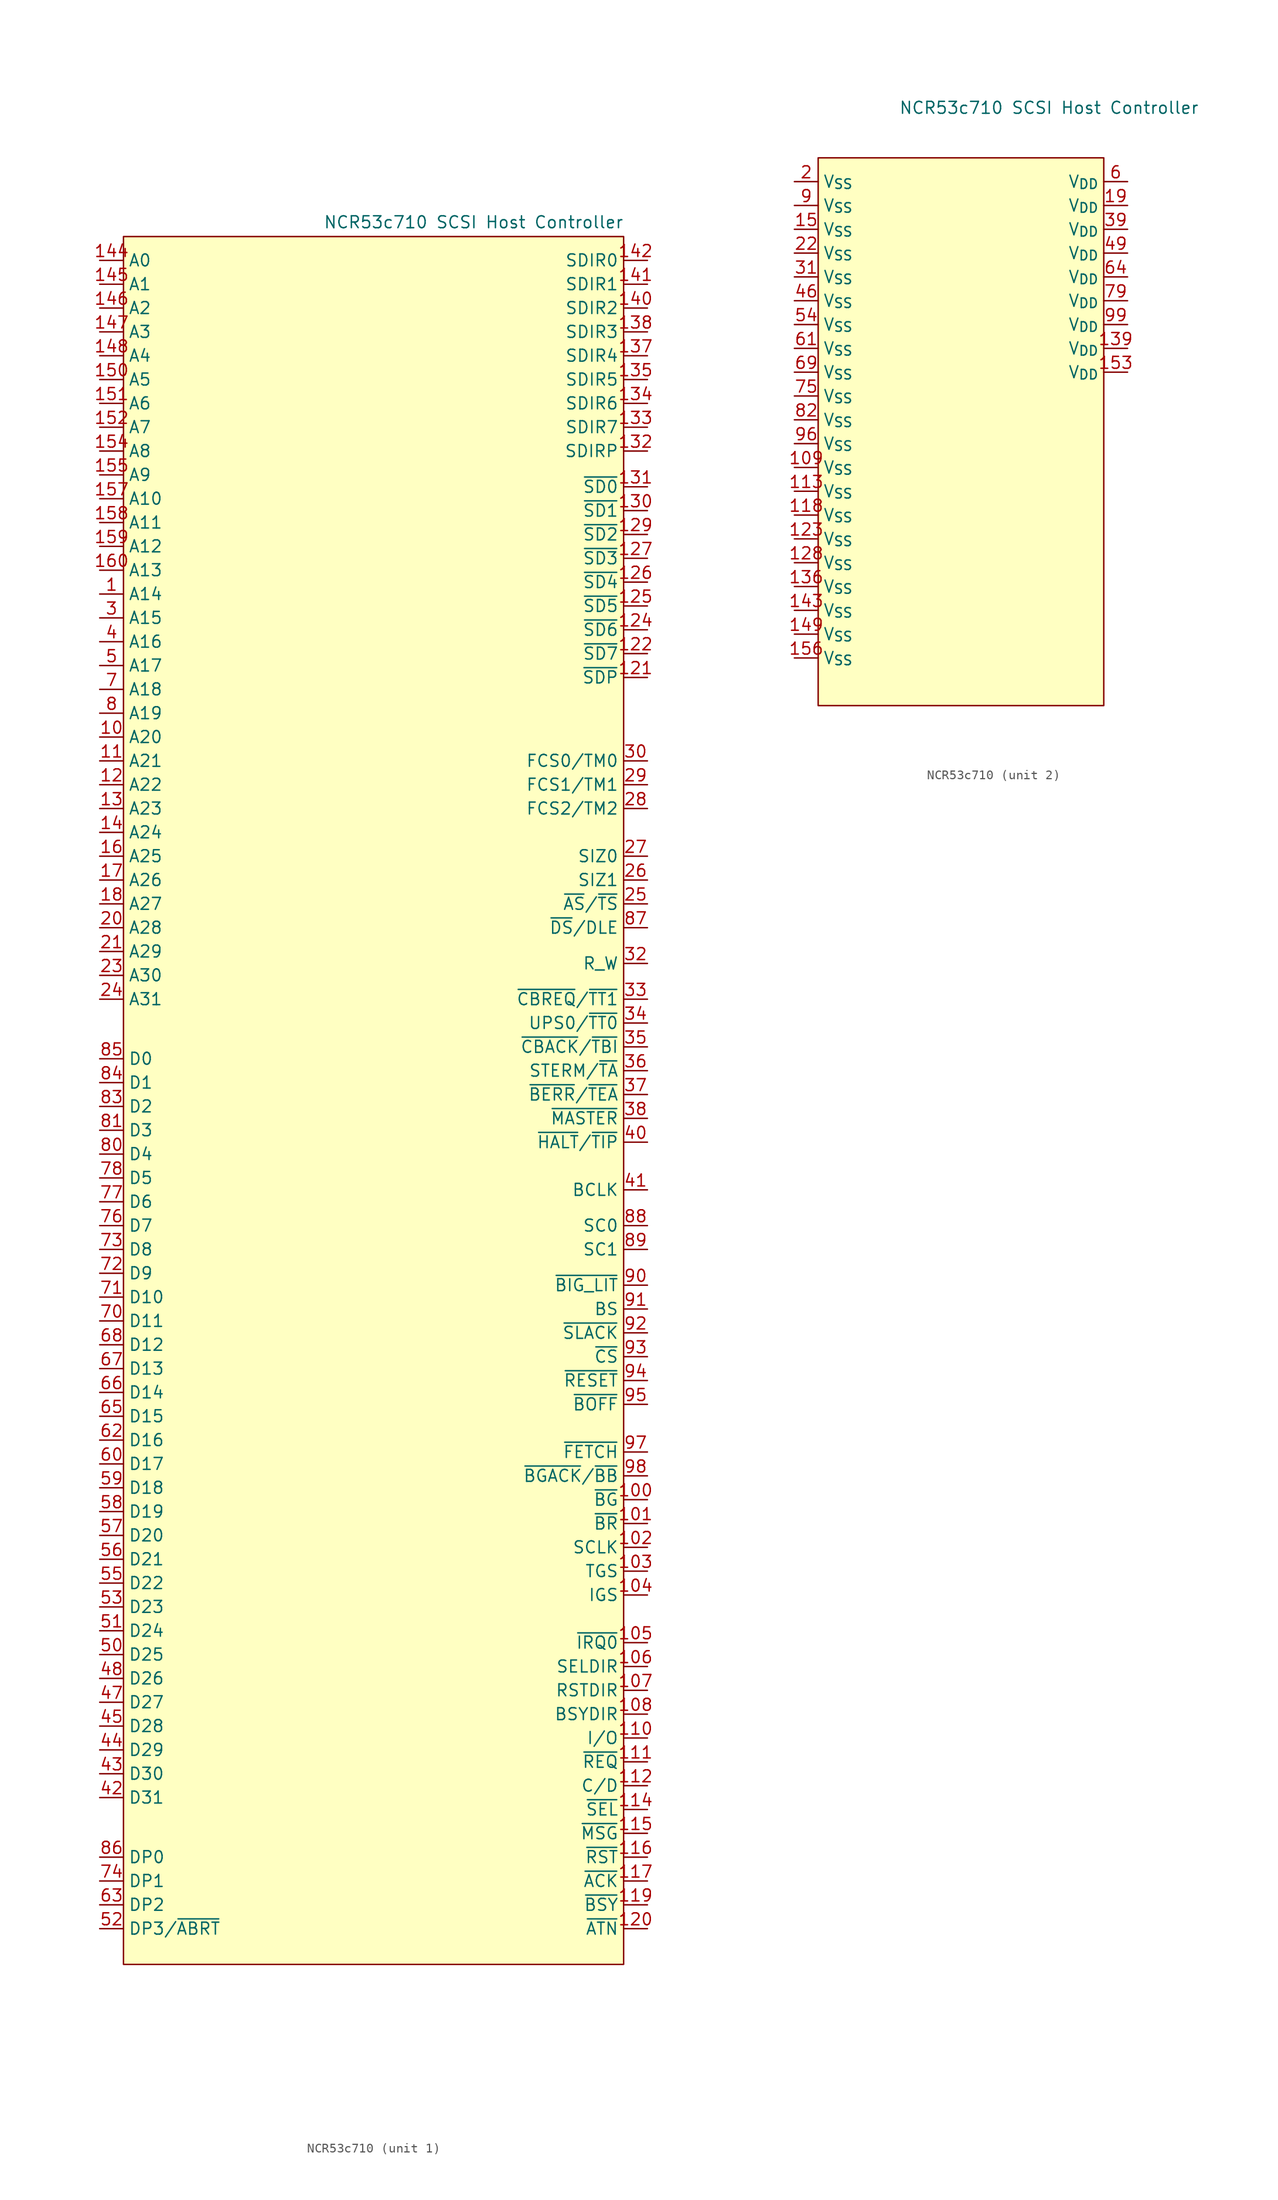
<source format=kicad_sym>
(kicad_symbol_lib
  (version 20241209)
  (generator "kicad_symbol_editor")
  (generator_version "9.0")
  (symbol "NCR53c710"
    (property "Reference" "U"
      (at -26.162 43.434 0)
      (effects (font (size 1.27 1.27)) (hide yes)))
    (property "Value" "NCR53c710 SCSI Host Controller"
      (at 9.398 43.434 0)
      (effects (font (size 1.27 1.27))))
    (property "ki_locked" ""
      (at 0 0 0)
      (effects (font (size 1.27 1.27))))
    (symbol "NCR53c710_1_1"
      (rectangle (start -27.94 41.91) (end 25.4 -142.24) (stroke (width 0) (type solid)) (fill (type color) (color 255 255 194 1)))
      (pin input line (at -30.48 39.37 0) (length 2.54) (name "A0" (effects (font (size 1.27 1.27)))) (number "144" (effects (font (size 1.27 1.27)))))
      (pin input line (at -30.48 36.83 0) (length 2.54) (name "A1" (effects (font (size 1.27 1.27)))) (number "145" (effects (font (size 1.27 1.27)))))
      (pin input line (at -30.48 34.29 0) (length 2.54) (name "A2" (effects (font (size 1.27 1.27)))) (number "146" (effects (font (size 1.27 1.27)))))
      (pin input line (at -30.48 31.75 0) (length 2.54) (name "A3" (effects (font (size 1.27 1.27)))) (number "147" (effects (font (size 1.27 1.27)))))
      (pin input line (at -30.48 29.21 0) (length 2.54) (name "A4" (effects (font (size 1.27 1.27)))) (number "148" (effects (font (size 1.27 1.27)))))
      (pin input line (at -30.48 26.67 0) (length 2.54) (name "A5" (effects (font (size 1.27 1.27)))) (number "150" (effects (font (size 1.27 1.27)))))
      (pin input line (at -30.48 24.13 0) (length 2.54) (name "A6" (effects (font (size 1.27 1.27)))) (number "151" (effects (font (size 1.27 1.27)))))
      (pin input line (at -30.48 21.59 0) (length 2.54) (name "A7" (effects (font (size 1.27 1.27)))) (number "152" (effects (font (size 1.27 1.27)))))
      (pin input line (at -30.48 19.05 0) (length 2.54) (name "A8" (effects (font (size 1.27 1.27)))) (number "154" (effects (font (size 1.27 1.27)))))
      (pin input line (at -30.48 16.51 0) (length 2.54) (name "A9" (effects (font (size 1.27 1.27)))) (number "155" (effects (font (size 1.27 1.27)))))
      (pin input line (at -30.48 13.97 0) (length 2.54) (name "A10" (effects (font (size 1.27 1.27)))) (number "157" (effects (font (size 1.27 1.27)))))
      (pin input line (at -30.48 11.43 0) (length 2.54) (name "A11" (effects (font (size 1.27 1.27)))) (number "158" (effects (font (size 1.27 1.27)))))
      (pin input line (at -30.48 8.89 0) (length 2.54) (name "A12" (effects (font (size 1.27 1.27)))) (number "159" (effects (font (size 1.27 1.27)))))
      (pin input line (at -30.48 6.35 0) (length 2.54) (name "A13" (effects (font (size 1.27 1.27)))) (number "160" (effects (font (size 1.27 1.27)))))
      (pin input line (at -30.48 3.81 0) (length 2.54) (name "A14" (effects (font (size 1.27 1.27)))) (number "1" (effects (font (size 1.27 1.27)))))
      (pin input line (at -30.48 1.27 0) (length 2.54) (name "A15" (effects (font (size 1.27 1.27)))) (number "3" (effects (font (size 1.27 1.27)))))
      (pin input line (at -30.48 -1.27 0) (length 2.54) (name "A16" (effects (font (size 1.27 1.27)))) (number "4" (effects (font (size 1.27 1.27)))))
      (pin input line (at -30.48 -3.81 0) (length 2.54) (name "A17" (effects (font (size 1.27 1.27)))) (number "5" (effects (font (size 1.27 1.27)))))
      (pin input line (at -30.48 -6.35 0) (length 2.54) (name "A18" (effects (font (size 1.27 1.27)))) (number "7" (effects (font (size 1.27 1.27)))))
      (pin input line (at -30.48 -8.89 0) (length 2.54) (name "A19" (effects (font (size 1.27 1.27)))) (number "8" (effects (font (size 1.27 1.27)))))
      (pin input line (at -30.48 -11.43 0) (length 2.54) (name "A20" (effects (font (size 1.27 1.27)))) (number "10" (effects (font (size 1.27 1.27)))))
      (pin input line (at -30.48 -13.97 0) (length 2.54) (name "A21" (effects (font (size 1.27 1.27)))) (number "11" (effects (font (size 1.27 1.27)))))
      (pin input line (at -30.48 -16.51 0) (length 2.54) (name "A22" (effects (font (size 1.27 1.27)))) (number "12" (effects (font (size 1.27 1.27)))))
      (pin input line (at -30.48 -19.05 0) (length 2.54) (name "A23" (effects (font (size 1.27 1.27)))) (number "13" (effects (font (size 1.27 1.27)))))
      (pin input line (at -30.48 -21.59 0) (length 2.54) (name "A24" (effects (font (size 1.27 1.27)))) (number "14" (effects (font (size 1.27 1.27)))))
      (pin input line (at -30.48 -24.13 0) (length 2.54) (name "A25" (effects (font (size 1.27 1.27)))) (number "16" (effects (font (size 1.27 1.27)))))
      (pin input line (at -30.48 -26.67 0) (length 2.54) (name "A26" (effects (font (size 1.27 1.27)))) (number "17" (effects (font (size 1.27 1.27)))))
      (pin input line (at -30.48 -29.21 0) (length 2.54) (name "A27" (effects (font (size 1.27 1.27)))) (number "18" (effects (font (size 1.27 1.27)))))
      (pin input line (at -30.48 -31.75 0) (length 2.54) (name "A28" (effects (font (size 1.27 1.27)))) (number "20" (effects (font (size 1.27 1.27)))))
      (pin input line (at -30.48 -34.29 0) (length 2.54) (name "A29" (effects (font (size 1.27 1.27)))) (number "21" (effects (font (size 1.27 1.27)))))
      (pin input line (at -30.48 -36.83 0) (length 2.54) (name "A30" (effects (font (size 1.27 1.27)))) (number "23" (effects (font (size 1.27 1.27)))))
      (pin input line (at -30.48 -39.37 0) (length 2.54) (name "A31" (effects (font (size 1.27 1.27)))) (number "24" (effects (font (size 1.27 1.27)))))
      (pin bidirectional line (at -30.48 -45.72 0) (length 2.54) (name "D0" (effects (font (size 1.27 1.27)))) (number "85" (effects (font (size 1.27 1.27)))))
      (pin input line (at -30.48 -48.26 0) (length 2.54) (name "D1" (effects (font (size 1.27 1.27)))) (number "84" (effects (font (size 1.27 1.27)))))
      (pin input line (at -30.48 -50.8 0) (length 2.54) (name "D2" (effects (font (size 1.27 1.27)))) (number "83" (effects (font (size 1.27 1.27)))))
      (pin input line (at -30.48 -53.34 0) (length 2.54) (name "D3" (effects (font (size 1.27 1.27)))) (number "81" (effects (font (size 1.27 1.27)))))
      (pin input line (at -30.48 -55.88 0) (length 2.54) (name "D4" (effects (font (size 1.27 1.27)))) (number "80" (effects (font (size 1.27 1.27)))))
      (pin input line (at -30.48 -58.42 0) (length 2.54) (name "D5" (effects (font (size 1.27 1.27)))) (number "78" (effects (font (size 1.27 1.27)))))
      (pin input line (at -30.48 -60.96 0) (length 2.54) (name "D6" (effects (font (size 1.27 1.27)))) (number "77" (effects (font (size 1.27 1.27)))))
      (pin input line (at -30.48 -63.5 0) (length 2.54) (name "D7" (effects (font (size 1.27 1.27)))) (number "76" (effects (font (size 1.27 1.27)))))
      (pin input line (at -30.48 -66.04 0) (length 2.54) (name "D8" (effects (font (size 1.27 1.27)))) (number "73" (effects (font (size 1.27 1.27)))))
      (pin input line (at -30.48 -68.58 0) (length 2.54) (name "D9" (effects (font (size 1.27 1.27)))) (number "72" (effects (font (size 1.27 1.27)))))
      (pin input line (at -30.48 -71.12 0) (length 2.54) (name "D10" (effects (font (size 1.27 1.27)))) (number "71" (effects (font (size 1.27 1.27)))))
      (pin input line (at -30.48 -73.66 0) (length 2.54) (name "D11" (effects (font (size 1.27 1.27)))) (number "70" (effects (font (size 1.27 1.27)))))
      (pin input line (at -30.48 -76.2 0) (length 2.54) (name "D12" (effects (font (size 1.27 1.27)))) (number "68" (effects (font (size 1.27 1.27)))))
      (pin input line (at -30.48 -78.74 0) (length 2.54) (name "D13" (effects (font (size 1.27 1.27)))) (number "67" (effects (font (size 1.27 1.27)))))
      (pin input line (at -30.48 -81.28 0) (length 2.54) (name "D14" (effects (font (size 1.27 1.27)))) (number "66" (effects (font (size 1.27 1.27)))))
      (pin input line (at -30.48 -83.82 0) (length 2.54) (name "D15" (effects (font (size 1.27 1.27)))) (number "65" (effects (font (size 1.27 1.27)))))
      (pin input line (at -30.48 -86.36 0) (length 2.54) (name "D16" (effects (font (size 1.27 1.27)))) (number "62" (effects (font (size 1.27 1.27)))))
      (pin input line (at -30.48 -88.9 0) (length 2.54) (name "D17" (effects (font (size 1.27 1.27)))) (number "60" (effects (font (size 1.27 1.27)))))
      (pin input line (at -30.48 -91.44 0) (length 2.54) (name "D18" (effects (font (size 1.27 1.27)))) (number "59" (effects (font (size 1.27 1.27)))))
      (pin input line (at -30.48 -93.98 0) (length 2.54) (name "D19" (effects (font (size 1.27 1.27)))) (number "58" (effects (font (size 1.27 1.27)))))
      (pin input line (at -30.48 -96.52 0) (length 2.54) (name "D20" (effects (font (size 1.27 1.27)))) (number "57" (effects (font (size 1.27 1.27)))))
      (pin input line (at -30.48 -99.06 0) (length 2.54) (name "D21" (effects (font (size 1.27 1.27)))) (number "56" (effects (font (size 1.27 1.27)))))
      (pin input line (at -30.48 -101.6 0) (length 2.54) (name "D22" (effects (font (size 1.27 1.27)))) (number "55" (effects (font (size 1.27 1.27)))))
      (pin input line (at -30.48 -104.14 0) (length 2.54) (name "D23" (effects (font (size 1.27 1.27)))) (number "53" (effects (font (size 1.27 1.27)))))
      (pin input line (at -30.48 -106.68 0) (length 2.54) (name "D24" (effects (font (size 1.27 1.27)))) (number "51" (effects (font (size 1.27 1.27)))))
      (pin input line (at -30.48 -109.22 0) (length 2.54) (name "D25" (effects (font (size 1.27 1.27)))) (number "50" (effects (font (size 1.27 1.27)))))
      (pin input line (at -30.48 -111.76 0) (length 2.54) (name "D26" (effects (font (size 1.27 1.27)))) (number "48" (effects (font (size 1.27 1.27)))))
      (pin input line (at -30.48 -114.3 0) (length 2.54) (name "D27" (effects (font (size 1.27 1.27)))) (number "47" (effects (font (size 1.27 1.27)))))
      (pin input line (at -30.48 -116.84 0) (length 2.54) (name "D28" (effects (font (size 1.27 1.27)))) (number "45" (effects (font (size 1.27 1.27)))))
      (pin input line (at -30.48 -119.38 0) (length 2.54) (name "D29" (effects (font (size 1.27 1.27)))) (number "44" (effects (font (size 1.27 1.27)))))
      (pin input line (at -30.48 -121.92 0) (length 2.54) (name "D30" (effects (font (size 1.27 1.27)))) (number "43" (effects (font (size 1.27 1.27)))))
      (pin input line (at -30.48 -124.46 0) (length 2.54) (name "D31" (effects (font (size 1.27 1.27)))) (number "42" (effects (font (size 1.27 1.27)))))
      (pin input line (at -30.48 -130.81 0) (length 2.54) (name "DP0" (effects (font (size 1.27 1.27)))) (number "86" (effects (font (size 1.27 1.27)))))
      (pin input line (at -30.48 -133.35 0) (length 2.54) (name "DP1" (effects (font (size 1.27 1.27)))) (number "74" (effects (font (size 1.27 1.27)))))
      (pin input line (at -30.48 -135.89 0) (length 2.54) (name "DP2" (effects (font (size 1.27 1.27)))) (number "63" (effects (font (size 1.27 1.27)))))
      (pin input line (at -30.48 -138.43 0) (length 2.54) (name "DP3/~{ABRT}" (effects (font (size 1.27 1.27)))) (number "52" (effects (font (size 1.27 1.27)))))
      (pin input line (at 27.94 39.37 180) (length 2.54) (name "SDIR0" (effects (font (size 1.27 1.27)))) (number "142" (effects (font (size 1.27 1.27)))))
      (pin input line (at 27.94 36.83 180) (length 2.54) (name "SDIR1" (effects (font (size 1.27 1.27)))) (number "141" (effects (font (size 1.27 1.27)))))
      (pin input line (at 27.94 34.29 180) (length 2.54) (name "SDIR2" (effects (font (size 1.27 1.27)))) (number "140" (effects (font (size 1.27 1.27)))))
      (pin input line (at 27.94 31.75 180) (length 2.54) (name "SDIR3" (effects (font (size 1.27 1.27)))) (number "138" (effects (font (size 1.27 1.27)))))
      (pin input line (at 27.94 29.21 180) (length 2.54) (name "SDIR4" (effects (font (size 1.27 1.27)))) (number "137" (effects (font (size 1.27 1.27)))))
      (pin input line (at 27.94 26.67 180) (length 2.54) (name "SDIR5" (effects (font (size 1.27 1.27)))) (number "135" (effects (font (size 1.27 1.27)))))
      (pin input line (at 27.94 24.13 180) (length 2.54) (name "SDIR6" (effects (font (size 1.27 1.27)))) (number "134" (effects (font (size 1.27 1.27)))))
      (pin input line (at 27.94 21.59 180) (length 2.54) (name "SDIR7" (effects (font (size 1.27 1.27)))) (number "133" (effects (font (size 1.27 1.27)))))
      (pin input line (at 27.94 19.05 180) (length 2.54) (name "SDIRP" (effects (font (size 1.27 1.27)))) (number "132" (effects (font (size 1.27 1.27)))))
      (pin input line (at 27.94 15.24 180) (length 2.54) (name "~{SD0}" (effects (font (size 1.27 1.27)))) (number "131" (effects (font (size 1.27 1.27)))))
      (pin input line (at 27.94 12.7 180) (length 2.54) (name "~{SD1}" (effects (font (size 1.27 1.27)))) (number "130" (effects (font (size 1.27 1.27)))))
      (pin input line (at 27.94 10.16 180) (length 2.54) (name "~{SD2}" (effects (font (size 1.27 1.27)))) (number "129" (effects (font (size 1.27 1.27)))))
      (pin input line (at 27.94 7.62 180) (length 2.54) (name "~{SD3}" (effects (font (size 1.27 1.27)))) (number "127" (effects (font (size 1.27 1.27)))))
      (pin input line (at 27.94 5.08 180) (length 2.54) (name "~{SD4}" (effects (font (size 1.27 1.27)))) (number "126" (effects (font (size 1.27 1.27)))))
      (pin input line (at 27.94 2.54 180) (length 2.54) (name "~{SD5}" (effects (font (size 1.27 1.27)))) (number "125" (effects (font (size 1.27 1.27)))))
      (pin input line (at 27.94 0 180) (length 2.54) (name "~{SD6}" (effects (font (size 1.27 1.27)))) (number "124" (effects (font (size 1.27 1.27)))))
      (pin input line (at 27.94 -2.54 180) (length 2.54) (name "~{SD7}" (effects (font (size 1.27 1.27)))) (number "122" (effects (font (size 1.27 1.27)))))
      (pin input line (at 27.94 -5.08 180) (length 2.54) (name "~{SDP}" (effects (font (size 1.27 1.27)))) (number "121" (effects (font (size 1.27 1.27)))))
      (pin input line (at 27.94 -13.97 180) (length 2.54) (name "FCS0/TM0" (effects (font (size 1.27 1.27)))) (number "30" (effects (font (size 1.27 1.27)))))
      (pin input line (at 27.94 -16.51 180) (length 2.54) (name "FCS1/TM1" (effects (font (size 1.27 1.27)))) (number "29" (effects (font (size 1.27 1.27)))))
      (pin input line (at 27.94 -19.05 180) (length 2.54) (name "FCS2/TM2" (effects (font (size 1.27 1.27)))) (number "28" (effects (font (size 1.27 1.27)))))
      (pin input line (at 27.94 -24.13 180) (length 2.54) (name "SIZ0" (effects (font (size 1.27 1.27)))) (number "27" (effects (font (size 1.27 1.27)))))
      (pin input line (at 27.94 -26.67 180) (length 2.54) (name "SIZ1" (effects (font (size 1.27 1.27)))) (number "26" (effects (font (size 1.27 1.27)))))
      (pin input line (at 27.94 -29.21 180) (length 2.54) (name "~{AS}/~{TS}" (effects (font (size 1.27 1.27)))) (number "25" (effects (font (size 1.27 1.27)))))
      (pin bidirectional line (at 27.94 -31.75 180) (length 2.54) (name "~{DS}/DLE" (effects (font (size 1.27 1.27)))) (number "87" (effects (font (size 1.27 1.27)))))
      (pin input line (at 27.94 -35.56 180) (length 2.54) (name "R_W" (effects (font (size 1.27 1.27)))) (number "32" (effects (font (size 1.27 1.27)))))
      (pin input line (at 27.94 -39.37 180) (length 2.54) (name "~{CBREQ}/~{TT1}" (effects (font (size 1.27 1.27)))) (number "33" (effects (font (size 1.27 1.27)))))
      (pin input line (at 27.94 -41.91 180) (length 2.54) (name "UPS0/~{TT0}" (effects (font (size 1.27 1.27)))) (number "34" (effects (font (size 1.27 1.27)))))
      (pin input line (at 27.94 -44.45 180) (length 2.54) (name "~{CBACK}/~{TBI}" (effects (font (size 1.27 1.27)))) (number "35" (effects (font (size 1.27 1.27)))))
      (pin input line (at 27.94 -46.99 180) (length 2.54) (name "STERM/~{TA}" (effects (font (size 1.27 1.27)))) (number "36" (effects (font (size 1.27 1.27)))))
      (pin input line (at 27.94 -49.53 180) (length 2.54) (name "~{BERR}/~{TEA}" (effects (font (size 1.27 1.27)))) (number "37" (effects (font (size 1.27 1.27)))))
      (pin input line (at 27.94 -52.07 180) (length 2.54) (name "~{MASTER}" (effects (font (size 1.27 1.27)))) (number "38" (effects (font (size 1.27 1.27)))))
      (pin input line (at 27.94 -54.61 180) (length 2.54) (name "~{HALT}/~{TIP}" (effects (font (size 1.27 1.27)))) (number "40" (effects (font (size 1.27 1.27)))))
      (pin input line (at 27.94 -59.69 180) (length 2.54) (name "BCLK" (effects (font (size 1.27 1.27)))) (number "41" (effects (font (size 1.27 1.27)))))
      (pin input line (at 27.94 -63.5 180) (length 2.54) (name "SC0" (effects (font (size 1.27 1.27)))) (number "88" (effects (font (size 1.27 1.27)))))
      (pin input line (at 27.94 -66.04 180) (length 2.54) (name "SC1" (effects (font (size 1.27 1.27)))) (number "89" (effects (font (size 1.27 1.27)))))
      (pin input line (at 27.94 -69.85 180) (length 2.54) (name "~{BIG_LIT}" (effects (font (size 1.27 1.27)))) (number "90" (effects (font (size 1.27 1.27)))))
      (pin input line (at 27.94 -72.39 180) (length 2.54) (name "BS" (effects (font (size 1.27 1.27)))) (number "91" (effects (font (size 1.27 1.27)))))
      (pin input line (at 27.94 -74.93 180) (length 2.54) (name "~{SLACK}" (effects (font (size 1.27 1.27)))) (number "92" (effects (font (size 1.27 1.27)))))
      (pin input line (at 27.94 -77.47 180) (length 2.54) (name "~{CS}" (effects (font (size 1.27 1.27)))) (number "93" (effects (font (size 1.27 1.27)))))
      (pin input line (at 27.94 -80.01 180) (length 2.54) (name "~{RESET}" (effects (font (size 1.27 1.27)))) (number "94" (effects (font (size 1.27 1.27)))))
      (pin input line (at 27.94 -82.55 180) (length 2.54) (name "~{BOFF}" (effects (font (size 1.27 1.27)))) (number "95" (effects (font (size 1.27 1.27)))))
      (pin input line (at 27.94 -87.63 180) (length 2.54) (name "~{FETCH}" (effects (font (size 1.27 1.27)))) (number "97" (effects (font (size 1.27 1.27)))))
      (pin input line (at 27.94 -90.17 180) (length 2.54) (name "~{BGACK}/~{BB}" (effects (font (size 1.27 1.27)))) (number "98" (effects (font (size 1.27 1.27)))))
      (pin input line (at 27.94 -92.71 180) (length 2.54) (name "~{BG}" (effects (font (size 1.27 1.27)))) (number "100" (effects (font (size 1.27 1.27)))))
      (pin input line (at 27.94 -95.25 180) (length 2.54) (name "~{BR}" (effects (font (size 1.27 1.27)))) (number "101" (effects (font (size 1.27 1.27)))))
      (pin input line (at 27.94 -97.79 180) (length 2.54) (name "SCLK" (effects (font (size 1.27 1.27)))) (number "102" (effects (font (size 1.27 1.27)))))
      (pin input line (at 27.94 -100.33 180) (length 2.54) (name "TGS" (effects (font (size 1.27 1.27)))) (number "103" (effects (font (size 1.27 1.27)))))
      (pin input line (at 27.94 -102.87 180) (length 2.54) (name "IGS" (effects (font (size 1.27 1.27)))) (number "104" (effects (font (size 1.27 1.27)))))
      (pin input line (at 27.94 -107.95 180) (length 2.54) (name "~{IRQ0}" (effects (font (size 1.27 1.27)))) (number "105" (effects (font (size 1.27 1.27)))))
      (pin input line (at 27.94 -110.49 180) (length 2.54) (name "SELDIR" (effects (font (size 1.27 1.27)))) (number "106" (effects (font (size 1.27 1.27)))))
      (pin input line (at 27.94 -113.03 180) (length 2.54) (name "RSTDIR" (effects (font (size 1.27 1.27)))) (number "107" (effects (font (size 1.27 1.27)))))
      (pin input line (at 27.94 -115.57 180) (length 2.54) (name "BSYDIR" (effects (font (size 1.27 1.27)))) (number "108" (effects (font (size 1.27 1.27)))))
      (pin input line (at 27.94 -118.11 180) (length 2.54) (name "I/O" (effects (font (size 1.27 1.27)))) (number "110" (effects (font (size 1.27 1.27)))))
      (pin input line (at 27.94 -120.65 180) (length 2.54) (name "~{REQ}" (effects (font (size 1.27 1.27)))) (number "111" (effects (font (size 1.27 1.27)))))
      (pin input line (at 27.94 -123.19 180) (length 2.54) (name "C/D" (effects (font (size 1.27 1.27)))) (number "112" (effects (font (size 1.27 1.27)))))
      (pin input line (at 27.94 -125.73 180) (length 2.54) (name "~{SEL}" (effects (font (size 1.27 1.27)))) (number "114" (effects (font (size 1.27 1.27)))))
      (pin input line (at 27.94 -128.27 180) (length 2.54) (name "~{MSG}" (effects (font (size 1.27 1.27)))) (number "115" (effects (font (size 1.27 1.27)))))
      (pin input line (at 27.94 -130.81 180) (length 2.54) (name "~{RST}" (effects (font (size 1.27 1.27)))) (number "116" (effects (font (size 1.27 1.27)))))
      (pin input line (at 27.94 -133.35 180) (length 2.54) (name "~{ACK}" (effects (font (size 1.27 1.27)))) (number "117" (effects (font (size 1.27 1.27)))))
      (pin input line (at 27.94 -135.89 180) (length 2.54) (name "~{BSY}" (effects (font (size 1.27 1.27)))) (number "119" (effects (font (size 1.27 1.27)))))
      (pin input line (at 27.94 -138.43 180) (length 2.54) (name "~{ATN}" (effects (font (size 1.27 1.27)))) (number "120" (effects (font (size 1.27 1.27))))))
    (symbol "NCR53c710_2_1"
      (rectangle (start -15.24 38.1) (end 15.24 -20.32) (stroke (width 0) (type solid)) (fill (type color) (color 255 255 194 1)))
      (pin power_in line (at -17.78 35.56 0) (length 2.54) (name "V_{SS}" (effects (font (size 1.27 1.27)))) (number "2" (effects (font (size 1.27 1.27)))))
      (pin power_in line (at -17.78 33.02 0) (length 2.54) (name "V_{SS}" (effects (font (size 1.27 1.27)))) (number "9" (effects (font (size 1.27 1.27)))))
      (pin power_in line (at -17.78 30.48 0) (length 2.54) (name "V_{SS}" (effects (font (size 1.27 1.27)))) (number "15" (effects (font (size 1.27 1.27)))))
      (pin power_in line (at -17.78 27.94 0) (length 2.54) (name "V_{SS}" (effects (font (size 1.27 1.27)))) (number "22" (effects (font (size 1.27 1.27)))))
      (pin power_in line (at -17.78 25.4 0) (length 2.54) (name "V_{SS}" (effects (font (size 1.27 1.27)))) (number "31" (effects (font (size 1.27 1.27)))))
      (pin power_in line (at -17.78 22.86 0) (length 2.54) (name "V_{SS}" (effects (font (size 1.27 1.27)))) (number "46" (effects (font (size 1.27 1.27)))))
      (pin power_in line (at -17.78 20.32 0) (length 2.54) (name "V_{SS}" (effects (font (size 1.27 1.27)))) (number "54" (effects (font (size 1.27 1.27)))))
      (pin power_in line (at -17.78 17.78 0) (length 2.54) (name "V_{SS}" (effects (font (size 1.27 1.27)))) (number "61" (effects (font (size 1.27 1.27)))))
      (pin power_in line (at -17.78 15.24 0) (length 2.54) (name "V_{SS}" (effects (font (size 1.27 1.27)))) (number "69" (effects (font (size 1.27 1.27)))))
      (pin power_in line (at -17.78 12.7 0) (length 2.54) (name "V_{SS}" (effects (font (size 1.27 1.27)))) (number "75" (effects (font (size 1.27 1.27)))))
      (pin power_in line (at -17.78 10.16 0) (length 2.54) (name "V_{SS}" (effects (font (size 1.27 1.27)))) (number "82" (effects (font (size 1.27 1.27)))))
      (pin power_in line (at -17.78 7.62 0) (length 2.54) (name "V_{SS}" (effects (font (size 1.27 1.27)))) (number "96" (effects (font (size 1.27 1.27)))))
      (pin power_in line (at -17.78 5.08 0) (length 2.54) (name "V_{SS}" (effects (font (size 1.27 1.27)))) (number "109" (effects (font (size 1.27 1.27)))))
      (pin power_in line (at -17.78 2.54 0) (length 2.54) (name "V_{SS}" (effects (font (size 1.27 1.27)))) (number "113" (effects (font (size 1.27 1.27)))))
      (pin power_in line (at -17.78 0 0) (length 2.54) (name "V_{SS}" (effects (font (size 1.27 1.27)))) (number "118" (effects (font (size 1.27 1.27)))))
      (pin power_in line (at -17.78 -2.54 0) (length 2.54) (name "V_{SS}" (effects (font (size 1.27 1.27)))) (number "123" (effects (font (size 1.27 1.27)))))
      (pin power_in line (at -17.78 -5.08 0) (length 2.54) (name "V_{SS}" (effects (font (size 1.27 1.27)))) (number "128" (effects (font (size 1.27 1.27)))))
      (pin power_in line (at -17.78 -7.62 0) (length 2.54) (name "V_{SS}" (effects (font (size 1.27 1.27)))) (number "136" (effects (font (size 1.27 1.27)))))
      (pin power_in line (at -17.78 -10.16 0) (length 2.54) (name "V_{SS}" (effects (font (size 1.27 1.27)))) (number "143" (effects (font (size 1.27 1.27)))))
      (pin power_in line (at -17.78 -12.7 0) (length 2.54) (name "V_{SS}" (effects (font (size 1.27 1.27)))) (number "149" (effects (font (size 1.27 1.27)))))
      (pin power_in line (at -17.78 -15.24 0) (length 2.54) (name "V_{SS}" (effects (font (size 1.27 1.27)))) (number "156" (effects (font (size 1.27 1.27)))))
      (pin power_in line (at 17.78 35.56 180) (length 2.54) (name "V_{DD}" (effects (font (size 1.27 1.27)))) (number "6" (effects (font (size 1.27 1.27)))))
      (pin power_in line (at 17.78 33.02 180) (length 2.54) (name "V_{DD}" (effects (font (size 1.27 1.27)))) (number "19" (effects (font (size 1.27 1.27)))))
      (pin power_in line (at 17.78 30.48 180) (length 2.54) (name "V_{DD}" (effects (font (size 1.27 1.27)))) (number "39" (effects (font (size 1.27 1.27)))))
      (pin power_in line (at 17.78 27.94 180) (length 2.54) (name "V_{DD}" (effects (font (size 1.27 1.27)))) (number "49" (effects (font (size 1.27 1.27)))))
      (pin power_in line (at 17.78 25.4 180) (length 2.54) (name "V_{DD}" (effects (font (size 1.27 1.27)))) (number "64" (effects (font (size 1.27 1.27)))))
      (pin power_in line (at 17.78 22.86 180) (length 2.54) (name "V_{DD}" (effects (font (size 1.27 1.27)))) (number "79" (effects (font (size 1.27 1.27)))))
      (pin power_in line (at 17.78 20.32 180) (length 2.54) (name "V_{DD}" (effects (font (size 1.27 1.27)))) (number "99" (effects (font (size 1.27 1.27)))))
      (pin power_in line (at 17.78 17.78 180) (length 2.54) (name "V_{DD}" (effects (font (size 1.27 1.27)))) (number "139" (effects (font (size 1.27 1.27)))))
      (pin power_in line (at 17.78 15.24 180) (length 2.54) (name "V_{DD}" (effects (font (size 1.27 1.27)))) (number "153" (effects (font (size 1.27 1.27))))))))
</source>
